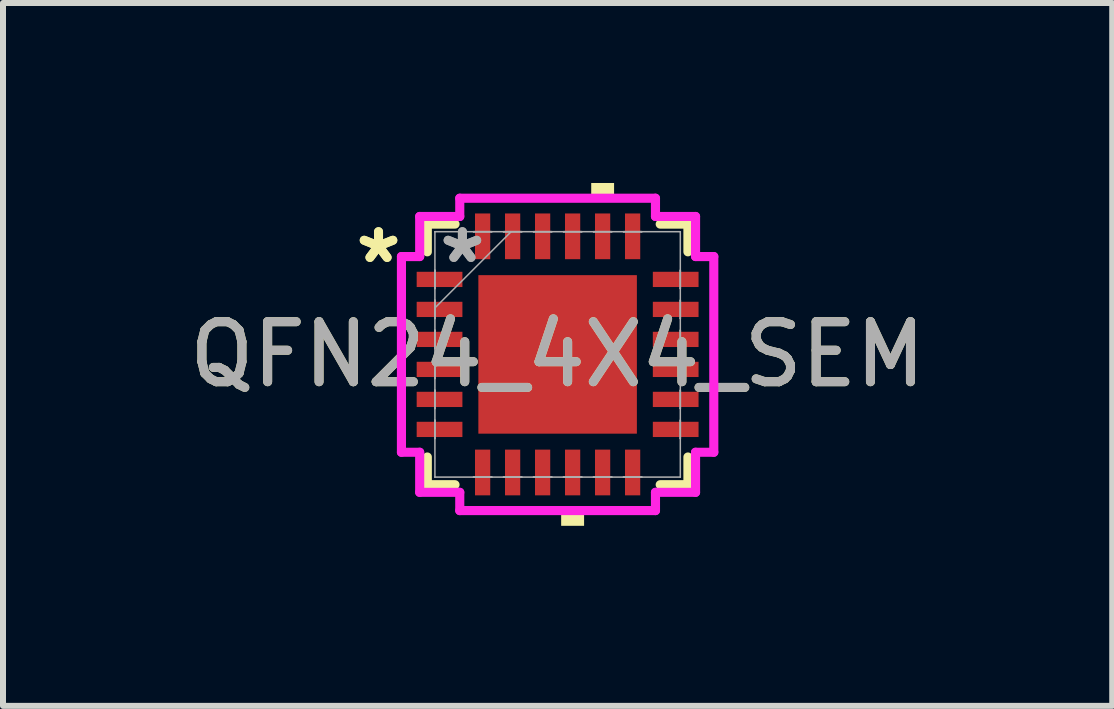
<source format=kicad_pcb>
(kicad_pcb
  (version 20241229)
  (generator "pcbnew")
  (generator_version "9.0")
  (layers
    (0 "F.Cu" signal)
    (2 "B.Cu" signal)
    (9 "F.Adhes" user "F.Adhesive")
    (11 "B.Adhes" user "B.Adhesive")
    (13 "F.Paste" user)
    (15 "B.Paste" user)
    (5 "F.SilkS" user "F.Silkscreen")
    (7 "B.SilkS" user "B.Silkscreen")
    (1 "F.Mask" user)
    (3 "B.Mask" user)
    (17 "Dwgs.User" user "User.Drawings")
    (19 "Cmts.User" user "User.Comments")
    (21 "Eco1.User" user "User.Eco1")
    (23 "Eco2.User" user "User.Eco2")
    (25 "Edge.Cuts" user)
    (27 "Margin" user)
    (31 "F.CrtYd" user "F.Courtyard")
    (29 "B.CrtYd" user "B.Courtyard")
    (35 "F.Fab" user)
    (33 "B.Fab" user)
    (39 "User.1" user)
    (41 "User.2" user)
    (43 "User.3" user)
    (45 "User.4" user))
  (footprint "QFN24_4X4_SEM"
    (layer "F.Cu")
    (at 6.244 2.857)
    (property "Reference" "QFN24_4X4_SEM" (at 0 0 0) (unlocked yes) (layer "F.SilkS") (effects (font (size 1 1) (thickness 0.15))))
    (attr smd)
    (fp_line (start -2.172 -2.172) (end -2.172 -1.71) (stroke (width 0.152) (type solid)) (layer "F.SilkS"))
    (fp_line (start -2.172 1.71) (end -2.172 2.172) (stroke (width 0.152) (type solid)) (layer "F.SilkS"))
    (fp_line (start -2.172 2.172) (end -1.71 2.172) (stroke (width 0.152) (type solid)) (layer "F.SilkS"))
    (fp_line (start -1.71 -2.172) (end -2.172 -2.172) (stroke (width 0.152) (type solid)) (layer "F.SilkS"))
    (fp_line (start 1.71 2.172) (end 2.172 2.172) (stroke (width 0.152) (type solid)) (layer "F.SilkS"))
    (fp_line (start 2.172 -2.172) (end 1.71 -2.172) (stroke (width 0.152) (type solid)) (layer "F.SilkS"))
    (fp_line (start 2.172 -1.71) (end 2.172 -2.172) (stroke (width 0.152) (type solid)) (layer "F.SilkS"))
    (fp_line (start 2.172 2.172) (end 2.172 1.71) (stroke (width 0.152) (type solid)) (layer "F.SilkS"))
    (fp_poly (pts (xy 0.059 2.603) (xy 0.059 2.857) (xy 0.441 2.857) (xy 0.441 2.603)) (stroke (width 0) (type solid)) (fill yes) (layer "F.SilkS"))
    (fp_poly (pts (xy 0.56 -2.603) (xy 0.56 -2.857) (xy 0.941 -2.857) (xy 0.941 -2.603)) (stroke (width 0) (type solid)) (fill yes) (layer "F.SilkS"))
    (fp_poly (pts (xy -1.221 -1.221) (xy -1.221 -0.1) (xy -0.1 -0.1) (xy -0.1 -1.221)) (stroke (width 0) (type solid)) (fill yes) (layer "F.Paste"))
    (fp_poly (pts (xy -1.221 0.1) (xy -1.221 1.221) (xy -0.1 1.221) (xy -0.1 0.1)) (stroke (width 0) (type solid)) (fill yes) (layer "F.Paste"))
    (fp_poly (pts (xy 0.1 -1.221) (xy 0.1 -0.1) (xy 1.221 -0.1) (xy 1.221 -1.221)) (stroke (width 0) (type solid)) (fill yes) (layer "F.Paste"))
    (fp_poly (pts (xy 0.1 0.1) (xy 0.1 1.221) (xy 1.221 1.221) (xy 1.221 0.1)) (stroke (width 0) (type solid)) (fill yes) (layer "F.Paste"))
    (fp_line (start -2.603 -1.631) (end -2.299 -1.631) (stroke (width 0.152) (type solid)) (layer "F.CrtYd"))
    (fp_line (start -2.603 1.631) (end -2.603 -1.631) (stroke (width 0.152) (type solid)) (layer "F.CrtYd"))
    (fp_line (start -2.299 -2.299) (end -1.631 -2.299) (stroke (width 0.152) (type solid)) (layer "F.CrtYd"))
    (fp_line (start -2.299 -1.631) (end -2.299 -2.299) (stroke (width 0.152) (type solid)) (layer "F.CrtYd"))
    (fp_line (start -2.299 1.631) (end -2.603 1.631) (stroke (width 0.152) (type solid)) (layer "F.CrtYd"))
    (fp_line (start -2.299 2.299) (end -2.299 1.631) (stroke (width 0.152) (type solid)) (layer "F.CrtYd"))
    (fp_line (start -1.631 -2.603) (end 1.631 -2.603) (stroke (width 0.152) (type solid)) (layer "F.CrtYd"))
    (fp_line (start -1.631 -2.299) (end -1.631 -2.603) (stroke (width 0.152) (type solid)) (layer "F.CrtYd"))
    (fp_line (start -1.631 2.299) (end -2.299 2.299) (stroke (width 0.152) (type solid)) (layer "F.CrtYd"))
    (fp_line (start -1.631 2.603) (end -1.631 2.299) (stroke (width 0.152) (type solid)) (layer "F.CrtYd"))
    (fp_line (start 1.631 -2.603) (end 1.631 -2.299) (stroke (width 0.152) (type solid)) (layer "F.CrtYd"))
    (fp_line (start 1.631 -2.299) (end 2.299 -2.299) (stroke (width 0.152) (type solid)) (layer "F.CrtYd"))
    (fp_line (start 1.631 2.299) (end 1.631 2.603) (stroke (width 0.152) (type solid)) (layer "F.CrtYd"))
    (fp_line (start 1.631 2.603) (end -1.631 2.603) (stroke (width 0.152) (type solid)) (layer "F.CrtYd"))
    (fp_line (start 2.299 -2.299) (end 2.299 -1.631) (stroke (width 0.152) (type solid)) (layer "F.CrtYd"))
    (fp_line (start 2.299 -1.631) (end 2.603 -1.631) (stroke (width 0.152) (type solid)) (layer "F.CrtYd"))
    (fp_line (start 2.299 1.631) (end 2.299 2.299) (stroke (width 0.152) (type solid)) (layer "F.CrtYd"))
    (fp_line (start 2.299 2.299) (end 1.631 2.299) (stroke (width 0.152) (type solid)) (layer "F.CrtYd"))
    (fp_line (start 2.603 -1.631) (end 2.603 1.631) (stroke (width 0.152) (type solid)) (layer "F.CrtYd"))
    (fp_line (start 2.603 1.631) (end 2.299 1.631) (stroke (width 0.152) (type solid)) (layer "F.CrtYd"))
    (fp_line (start -2.045 -2.045) (end -2.045 -2.045) (stroke (width 0.025) (type solid)) (layer "F.Fab"))
    (fp_line (start -2.045 -2.045) (end -2.045 2.045) (stroke (width 0.025) (type solid)) (layer "F.Fab"))
    (fp_line (start -2.045 -1.402) (end -2.045 -1.402) (stroke (width 0.025) (type solid)) (layer "F.Fab"))
    (fp_line (start -2.045 -1.402) (end -2.045 -1.098) (stroke (width 0.025) (type solid)) (layer "F.Fab"))
    (fp_line (start -2.045 -1.098) (end -2.045 -1.402) (stroke (width 0.025) (type solid)) (layer "F.Fab"))
    (fp_line (start -2.045 -1.098) (end -2.045 -1.098) (stroke (width 0.025) (type solid)) (layer "F.Fab"))
    (fp_line (start -2.045 -0.902) (end -2.045 -0.902) (stroke (width 0.025) (type solid)) (layer "F.Fab"))
    (fp_line (start -2.045 -0.902) (end -2.045 -0.598) (stroke (width 0.025) (type solid)) (layer "F.Fab"))
    (fp_line (start -2.045 -0.775) (end -0.775 -2.045) (stroke (width 0.025) (type solid)) (layer "F.Fab"))
    (fp_line (start -2.045 -0.598) (end -2.045 -0.902) (stroke (width 0.025) (type solid)) (layer "F.Fab"))
    (fp_line (start -2.045 -0.598) (end -2.045 -0.598) (stroke (width 0.025) (type solid)) (layer "F.Fab"))
    (fp_line (start -2.045 -0.402) (end -2.045 -0.402) (stroke (width 0.025) (type solid)) (layer "F.Fab"))
    (fp_line (start -2.045 -0.402) (end -2.045 -0.098) (stroke (width 0.025) (type solid)) (layer "F.Fab"))
    (fp_line (start -2.045 -0.098) (end -2.045 -0.402) (stroke (width 0.025) (type solid)) (layer "F.Fab"))
    (fp_line (start -2.045 -0.098) (end -2.045 -0.098) (stroke (width 0.025) (type solid)) (layer "F.Fab"))
    (fp_line (start -2.045 0.098) (end -2.045 0.098) (stroke (width 0.025) (type solid)) (layer "F.Fab"))
    (fp_line (start -2.045 0.098) (end -2.045 0.402) (stroke (width 0.025) (type solid)) (layer "F.Fab"))
    (fp_line (start -2.045 0.402) (end -2.045 0.098) (stroke (width 0.025) (type solid)) (layer "F.Fab"))
    (fp_line (start -2.045 0.402) (end -2.045 0.402) (stroke (width 0.025) (type solid)) (layer "F.Fab"))
    (fp_line (start -2.045 0.598) (end -2.045 0.598) (stroke (width 0.025) (type solid)) (layer "F.Fab"))
    (fp_line (start -2.045 0.598) (end -2.045 0.902) (stroke (width 0.025) (type solid)) (layer "F.Fab"))
    (fp_line (start -2.045 0.902) (end -2.045 0.598) (stroke (width 0.025) (type solid)) (layer "F.Fab"))
    (fp_line (start -2.045 0.902) (end -2.045 0.902) (stroke (width 0.025) (type solid)) (layer "F.Fab"))
    (fp_line (start -2.045 1.098) (end -2.045 1.098) (stroke (width 0.025) (type solid)) (layer "F.Fab"))
    (fp_line (start -2.045 1.098) (end -2.045 1.402) (stroke (width 0.025) (type solid)) (layer "F.Fab"))
    (fp_line (start -2.045 1.402) (end -2.045 1.098) (stroke (width 0.025) (type solid)) (layer "F.Fab"))
    (fp_line (start -2.045 1.402) (end -2.045 1.402) (stroke (width 0.025) (type solid)) (layer "F.Fab"))
    (fp_line (start -2.045 2.045) (end -2.045 2.045) (stroke (width 0.025) (type solid)) (layer "F.Fab"))
    (fp_line (start -2.045 2.045) (end 2.045 2.045) (stroke (width 0.025) (type solid)) (layer "F.Fab"))
    (fp_line (start -1.402 -2.045) (end -1.402 -2.045) (stroke (width 0.025) (type solid)) (layer "F.Fab"))
    (fp_line (start -1.402 -2.045) (end -1.098 -2.045) (stroke (width 0.025) (type solid)) (layer "F.Fab"))
    (fp_line (start -1.402 2.045) (end -1.402 2.045) (stroke (width 0.025) (type solid)) (layer "F.Fab"))
    (fp_line (start -1.402 2.045) (end -1.098 2.045) (stroke (width 0.025) (type solid)) (layer "F.Fab"))
    (fp_line (start -1.098 -2.045) (end -1.402 -2.045) (stroke (width 0.025) (type solid)) (layer "F.Fab"))
    (fp_line (start -1.098 -2.045) (end -1.098 -2.045) (stroke (width 0.025) (type solid)) (layer "F.Fab"))
    (fp_line (start -1.098 2.045) (end -1.402 2.045) (stroke (width 0.025) (type solid)) (layer "F.Fab"))
    (fp_line (start -1.098 2.045) (end -1.098 2.045) (stroke (width 0.025) (type solid)) (layer "F.Fab"))
    (fp_line (start -0.902 -2.045) (end -0.902 -2.045) (stroke (width 0.025) (type solid)) (layer "F.Fab"))
    (fp_line (start -0.902 -2.045) (end -0.598 -2.045) (stroke (width 0.025) (type solid)) (layer "F.Fab"))
    (fp_line (start -0.902 2.045) (end -0.902 2.045) (stroke (width 0.025) (type solid)) (layer "F.Fab"))
    (fp_line (start -0.902 2.045) (end -0.598 2.045) (stroke (width 0.025) (type solid)) (layer "F.Fab"))
    (fp_line (start -0.598 -2.045) (end -0.902 -2.045) (stroke (width 0.025) (type solid)) (layer "F.Fab"))
    (fp_line (start -0.598 -2.045) (end -0.598 -2.045) (stroke (width 0.025) (type solid)) (layer "F.Fab"))
    (fp_line (start -0.598 2.045) (end -0.902 2.045) (stroke (width 0.025) (type solid)) (layer "F.Fab"))
    (fp_line (start -0.598 2.045) (end -0.598 2.045) (stroke (width 0.025) (type solid)) (layer "F.Fab"))
    (fp_line (start -0.402 -2.045) (end -0.402 -2.045) (stroke (width 0.025) (type solid)) (layer "F.Fab"))
    (fp_line (start -0.402 -2.045) (end -0.098 -2.045) (stroke (width 0.025) (type solid)) (layer "F.Fab"))
    (fp_line (start -0.402 2.045) (end -0.402 2.045) (stroke (width 0.025) (type solid)) (layer "F.Fab"))
    (fp_line (start -0.402 2.045) (end -0.098 2.045) (stroke (width 0.025) (type solid)) (layer "F.Fab"))
    (fp_line (start -0.098 -2.045) (end -0.402 -2.045) (stroke (width 0.025) (type solid)) (layer "F.Fab"))
    (fp_line (start -0.098 -2.045) (end -0.098 -2.045) (stroke (width 0.025) (type solid)) (layer "F.Fab"))
    (fp_line (start -0.098 2.045) (end -0.402 2.045) (stroke (width 0.025) (type solid)) (layer "F.Fab"))
    (fp_line (start -0.098 2.045) (end -0.098 2.045) (stroke (width 0.025) (type solid)) (layer "F.Fab"))
    (fp_line (start 0.098 -2.045) (end 0.098 -2.045) (stroke (width 0.025) (type solid)) (layer "F.Fab"))
    (fp_line (start 0.098 -2.045) (end 0.402 -2.045) (stroke (width 0.025) (type solid)) (layer "F.Fab"))
    (fp_line (start 0.098 2.045) (end 0.098 2.045) (stroke (width 0.025) (type solid)) (layer "F.Fab"))
    (fp_line (start 0.098 2.045) (end 0.402 2.045) (stroke (width 0.025) (type solid)) (layer "F.Fab"))
    (fp_line (start 0.402 -2.045) (end 0.098 -2.045) (stroke (width 0.025) (type solid)) (layer "F.Fab"))
    (fp_line (start 0.402 -2.045) (end 0.402 -2.045) (stroke (width 0.025) (type solid)) (layer "F.Fab"))
    (fp_line (start 0.402 2.045) (end 0.098 2.045) (stroke (width 0.025) (type solid)) (layer "F.Fab"))
    (fp_line (start 0.402 2.045) (end 0.402 2.045) (stroke (width 0.025) (type solid)) (layer "F.Fab"))
    (fp_line (start 0.598 -2.045) (end 0.598 -2.045) (stroke (width 0.025) (type solid)) (layer "F.Fab"))
    (fp_line (start 0.598 -2.045) (end 0.902 -2.045) (stroke (width 0.025) (type solid)) (layer "F.Fab"))
    (fp_line (start 0.598 2.045) (end 0.598 2.045) (stroke (width 0.025) (type solid)) (layer "F.Fab"))
    (fp_line (start 0.598 2.045) (end 0.902 2.045) (stroke (width 0.025) (type solid)) (layer "F.Fab"))
    (fp_line (start 0.902 -2.045) (end 0.598 -2.045) (stroke (width 0.025) (type solid)) (layer "F.Fab"))
    (fp_line (start 0.902 -2.045) (end 0.902 -2.045) (stroke (width 0.025) (type solid)) (layer "F.Fab"))
    (fp_line (start 0.902 2.045) (end 0.598 2.045) (stroke (width 0.025) (type solid)) (layer "F.Fab"))
    (fp_line (start 0.902 2.045) (end 0.902 2.045) (stroke (width 0.025) (type solid)) (layer "F.Fab"))
    (fp_line (start 1.098 -2.045) (end 1.098 -2.045) (stroke (width 0.025) (type solid)) (layer "F.Fab"))
    (fp_line (start 1.098 -2.045) (end 1.402 -2.045) (stroke (width 0.025) (type solid)) (layer "F.Fab"))
    (fp_line (start 1.098 2.045) (end 1.098 2.045) (stroke (width 0.025) (type solid)) (layer "F.Fab"))
    (fp_line (start 1.098 2.045) (end 1.402 2.045) (stroke (width 0.025) (type solid)) (layer "F.Fab"))
    (fp_line (start 1.402 -2.045) (end 1.098 -2.045) (stroke (width 0.025) (type solid)) (layer "F.Fab"))
    (fp_line (start 1.402 -2.045) (end 1.402 -2.045) (stroke (width 0.025) (type solid)) (layer "F.Fab"))
    (fp_line (start 1.402 2.045) (end 1.098 2.045) (stroke (width 0.025) (type solid)) (layer "F.Fab"))
    (fp_line (start 1.402 2.045) (end 1.402 2.045) (stroke (width 0.025) (type solid)) (layer "F.Fab"))
    (fp_line (start 2.045 -2.045) (end -2.045 -2.045) (stroke (width 0.025) (type solid)) (layer "F.Fab"))
    (fp_line (start 2.045 -2.045) (end 2.045 -2.045) (stroke (width 0.025) (type solid)) (layer "F.Fab"))
    (fp_line (start 2.045 -1.402) (end 2.045 -1.402) (stroke (width 0.025) (type solid)) (layer "F.Fab"))
    (fp_line (start 2.045 -1.402) (end 2.045 -1.098) (stroke (width 0.025) (type solid)) (layer "F.Fab"))
    (fp_line (start 2.045 -1.098) (end 2.045 -1.402) (stroke (width 0.025) (type solid)) (layer "F.Fab"))
    (fp_line (start 2.045 -1.098) (end 2.045 -1.098) (stroke (width 0.025) (type solid)) (layer "F.Fab"))
    (fp_line (start 2.045 -0.902) (end 2.045 -0.902) (stroke (width 0.025) (type solid)) (layer "F.Fab"))
    (fp_line (start 2.045 -0.902) (end 2.045 -0.598) (stroke (width 0.025) (type solid)) (layer "F.Fab"))
    (fp_line (start 2.045 -0.598) (end 2.045 -0.902) (stroke (width 0.025) (type solid)) (layer "F.Fab"))
    (fp_line (start 2.045 -0.598) (end 2.045 -0.598) (stroke (width 0.025) (type solid)) (layer "F.Fab"))
    (fp_line (start 2.045 -0.402) (end 2.045 -0.402) (stroke (width 0.025) (type solid)) (layer "F.Fab"))
    (fp_line (start 2.045 -0.402) (end 2.045 -0.098) (stroke (width 0.025) (type solid)) (layer "F.Fab"))
    (fp_line (start 2.045 -0.098) (end 2.045 -0.402) (stroke (width 0.025) (type solid)) (layer "F.Fab"))
    (fp_line (start 2.045 -0.098) (end 2.045 -0.098) (stroke (width 0.025) (type solid)) (layer "F.Fab"))
    (fp_line (start 2.045 0.098) (end 2.045 0.098) (stroke (width 0.025) (type solid)) (layer "F.Fab"))
    (fp_line (start 2.045 0.098) (end 2.045 0.402) (stroke (width 0.025) (type solid)) (layer "F.Fab"))
    (fp_line (start 2.045 0.402) (end 2.045 0.098) (stroke (width 0.025) (type solid)) (layer "F.Fab"))
    (fp_line (start 2.045 0.402) (end 2.045 0.402) (stroke (width 0.025) (type solid)) (layer "F.Fab"))
    (fp_line (start 2.045 0.598) (end 2.045 0.598) (stroke (width 0.025) (type solid)) (layer "F.Fab"))
    (fp_line (start 2.045 0.598) (end 2.045 0.902) (stroke (width 0.025) (type solid)) (layer "F.Fab"))
    (fp_line (start 2.045 0.902) (end 2.045 0.598) (stroke (width 0.025) (type solid)) (layer "F.Fab"))
    (fp_line (start 2.045 0.902) (end 2.045 0.902) (stroke (width 0.025) (type solid)) (layer "F.Fab"))
    (fp_line (start 2.045 1.098) (end 2.045 1.098) (stroke (width 0.025) (type solid)) (layer "F.Fab"))
    (fp_line (start 2.045 1.098) (end 2.045 1.402) (stroke (width 0.025) (type solid)) (layer "F.Fab"))
    (fp_line (start 2.045 1.402) (end 2.045 1.098) (stroke (width 0.025) (type solid)) (layer "F.Fab"))
    (fp_line (start 2.045 1.402) (end 2.045 1.402) (stroke (width 0.025) (type solid)) (layer "F.Fab"))
    (fp_line (start 2.045 2.045) (end 2.045 -2.045) (stroke (width 0.025) (type solid)) (layer "F.Fab"))
    (fp_line (start 2.045 2.045) (end 2.045 2.045) (stroke (width 0.025) (type solid)) (layer "F.Fab"))
    (fp_text user "*" (at -2.985 -1.5 0) (layer "F.SilkS") (effects (font (size 1 1) (thickness 0.15))))
    (fp_text user "*" (at -2.985 -1.5 0) (unlocked yes) (layer "F.SilkS") (effects (font (size 1 1) (thickness 0.15))))
    (fp_text user "*" (at -1.587 -1.5 0) (unlocked yes) (layer "F.Fab") (effects (font (size 1 1) (thickness 0.15))))
    (fp_text user "${REFERENCE}" (at 0 0 0) (unlocked yes) (layer "F.Fab") (effects (font (size 1 1) (thickness 0.15))))
    (fp_text user "*" (at -1.587 -1.5 0) (layer "F.Fab") (effects (font (size 1 1) (thickness 0.15))))
    (pad "1" smd rect (at -1.968 -1.25 90) (size 0.254 0.762) (layers "F.Cu" "F.Mask" "F.Paste"))
    (pad "2" smd rect (at -1.968 -0.75 90) (size 0.254 0.762) (layers "F.Cu" "F.Mask" "F.Paste"))
    (pad "3" smd rect (at -1.968 -0.25 90) (size 0.254 0.762) (layers "F.Cu" "F.Mask" "F.Paste"))
    (pad "4" smd rect (at -1.968 0.25 90) (size 0.254 0.762) (layers "F.Cu" "F.Mask" "F.Paste"))
    (pad "5" smd rect (at -1.968 0.75 90) (size 0.254 0.762) (layers "F.Cu" "F.Mask" "F.Paste"))
    (pad "6" smd rect (at -1.968 1.25 90) (size 0.254 0.762) (layers "F.Cu" "F.Mask" "F.Paste"))
    (pad "7" smd rect (at -1.25 1.968) (size 0.254 0.762) (layers "F.Cu" "F.Mask" "F.Paste"))
    (pad "8" smd rect (at -0.75 1.968) (size 0.254 0.762) (layers "F.Cu" "F.Mask" "F.Paste"))
    (pad "9" smd rect (at -0.25 1.968) (size 0.254 0.762) (layers "F.Cu" "F.Mask" "F.Paste"))
    (pad "10" smd rect (at 0.25 1.968) (size 0.254 0.762) (layers "F.Cu" "F.Mask" "F.Paste"))
    (pad "11" smd rect (at 0.75 1.968) (size 0.254 0.762) (layers "F.Cu" "F.Mask" "F.Paste"))
    (pad "12" smd rect (at 1.25 1.968) (size 0.254 0.762) (layers "F.Cu" "F.Mask" "F.Paste"))
    (pad "13" smd rect (at 1.968 1.25 90) (size 0.254 0.762) (layers "F.Cu" "F.Mask" "F.Paste"))
    (pad "14" smd rect (at 1.968 0.75 90) (size 0.254 0.762) (layers "F.Cu" "F.Mask" "F.Paste"))
    (pad "15" smd rect (at 1.968 0.25 90) (size 0.254 0.762) (layers "F.Cu" "F.Mask" "F.Paste"))
    (pad "16" smd rect (at 1.968 -0.25 90) (size 0.254 0.762) (layers "F.Cu" "F.Mask" "F.Paste"))
    (pad "17" smd rect (at 1.968 -0.75 90) (size 0.254 0.762) (layers "F.Cu" "F.Mask" "F.Paste"))
    (pad "18" smd rect (at 1.968 -1.25 90) (size 0.254 0.762) (layers "F.Cu" "F.Mask" "F.Paste"))
    (pad "19" smd rect (at 1.25 -1.968) (size 0.254 0.762) (layers "F.Cu" "F.Mask" "F.Paste"))
    (pad "20" smd rect (at 0.75 -1.968) (size 0.254 0.762) (layers "F.Cu" "F.Mask" "F.Paste"))
    (pad "21" smd rect (at 0.25 -1.968) (size 0.254 0.762) (layers "F.Cu" "F.Mask" "F.Paste"))
    (pad "22" smd rect (at -0.25 -1.968) (size 0.254 0.762) (layers "F.Cu" "F.Mask" "F.Paste"))
    (pad "23" smd rect (at -0.75 -1.968) (size 0.254 0.762) (layers "F.Cu" "F.Mask" "F.Paste"))
    (pad "24" smd rect (at -1.25 -1.968) (size 0.254 0.762) (layers "F.Cu" "F.Mask" "F.Paste"))
    (pad "25" smd rect (at 0 0) (size 2.642 2.642) (layers "F.Cu" "F.Mask")))
  (gr_rect
    (start -3 -3)
    (end 15.488 8.715)
    (stroke (width 0.1) (type default))
    (fill no)
    (layer "Edge.Cuts")))
</source>
